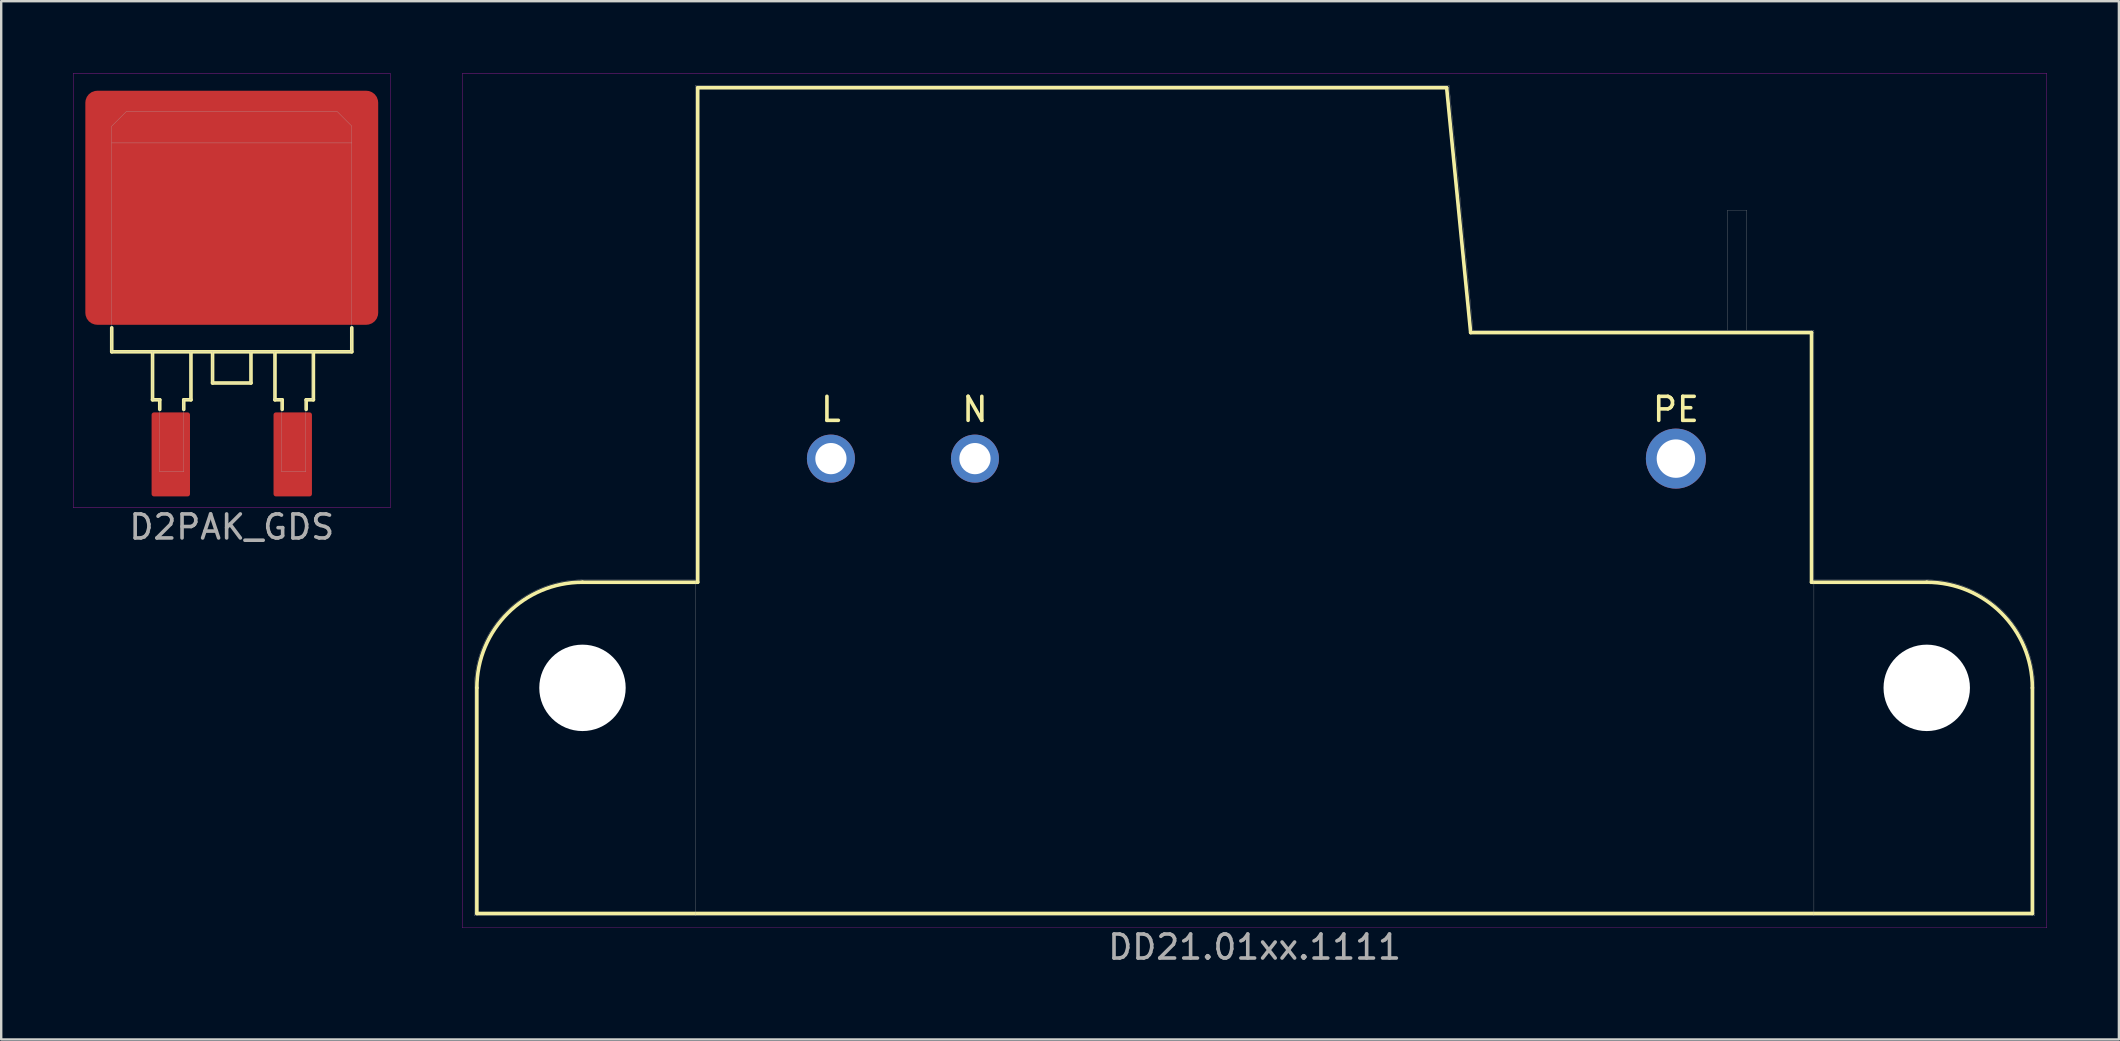
<source format=kicad_pcb>
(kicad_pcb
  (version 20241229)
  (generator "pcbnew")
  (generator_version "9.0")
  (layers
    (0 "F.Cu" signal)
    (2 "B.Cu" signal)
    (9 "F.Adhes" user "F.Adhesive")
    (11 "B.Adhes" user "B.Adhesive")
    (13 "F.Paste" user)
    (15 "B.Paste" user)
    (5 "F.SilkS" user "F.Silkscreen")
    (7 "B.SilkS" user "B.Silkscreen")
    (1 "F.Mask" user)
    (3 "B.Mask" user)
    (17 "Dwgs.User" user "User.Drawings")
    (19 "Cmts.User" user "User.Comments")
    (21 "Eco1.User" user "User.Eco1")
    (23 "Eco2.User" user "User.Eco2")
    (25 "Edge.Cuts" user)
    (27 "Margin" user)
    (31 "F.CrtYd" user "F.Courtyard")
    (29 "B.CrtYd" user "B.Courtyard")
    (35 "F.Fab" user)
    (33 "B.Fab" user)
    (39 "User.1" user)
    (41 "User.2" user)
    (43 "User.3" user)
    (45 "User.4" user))
  (footprint "D2PAK_GDS"
    (layer "F.Cu")
    (at 6.605 5.605)
    (property "Reference" "D2PAK_GDS" (at 0 13.3 0) (layer "F.Fab") (effects (font (size 1 1) (thickness 0.15))))
    (attr through_hole)
    (fp_line (start -5 5) (end -5 6) (stroke (width 0.15) (type solid)) (layer "F.SilkS"))
    (fp_line (start -5 6) (end 5 6) (stroke (width 0.15) (type solid)) (layer "F.SilkS"))
    (fp_line (start -3.3 6) (end -3.3 8) (stroke (width 0.15) (type solid)) (layer "F.SilkS"))
    (fp_line (start -3.3 8) (end -3 8) (stroke (width 0.15) (type solid)) (layer "F.SilkS"))
    (fp_line (start -3 8) (end -3 8.4) (stroke (width 0.15) (type solid)) (layer "F.SilkS"))
    (fp_line (start -2 8) (end -1.7 8) (stroke (width 0.15) (type solid)) (layer "F.SilkS"))
    (fp_line (start -2 8.4) (end -2 8) (stroke (width 0.15) (type solid)) (layer "F.SilkS"))
    (fp_line (start -1.7 8) (end -1.7 6) (stroke (width 0.15) (type solid)) (layer "F.SilkS"))
    (fp_line (start -0.8 6) (end -0.8 7.3) (stroke (width 0.15) (type solid)) (layer "F.SilkS"))
    (fp_line (start -0.8 7.3) (end 0.8 7.3) (stroke (width 0.15) (type solid)) (layer "F.SilkS"))
    (fp_line (start 0.8 7.3) (end 0.8 6) (stroke (width 0.15) (type solid)) (layer "F.SilkS"))
    (fp_line (start 1.8 6) (end 1.8 8) (stroke (width 0.15) (type solid)) (layer "F.SilkS"))
    (fp_line (start 1.8 8) (end 2.1 8) (stroke (width 0.15) (type solid)) (layer "F.SilkS"))
    (fp_line (start 2.1 8) (end 2.1 8.4) (stroke (width 0.15) (type solid)) (layer "F.SilkS"))
    (fp_line (start 3.1 8) (end 3.4 8) (stroke (width 0.15) (type solid)) (layer "F.SilkS"))
    (fp_line (start 3.1 8.4) (end 3.1 8) (stroke (width 0.15) (type solid)) (layer "F.SilkS"))
    (fp_line (start 3.4 8) (end 3.4 6) (stroke (width 0.15) (type solid)) (layer "F.SilkS"))
    (fp_line (start 5 6) (end 5 5) (stroke (width 0.15) (type solid)) (layer "F.SilkS"))
    (fp_line (start -6.6 -5.6) (end 6.6 -5.6) (stroke (width 0.01) (type solid)) (layer "F.CrtYd"))
    (fp_line (start -6.6 12.5) (end -6.6 -5.6) (stroke (width 0.01) (type solid)) (layer "F.CrtYd"))
    (fp_line (start 6.6 -5.6) (end 6.6 12.5) (stroke (width 0.01) (type solid)) (layer "F.CrtYd"))
    (fp_line (start 6.6 12.5) (end -6.6 12.5) (stroke (width 0.01) (type solid)) (layer "F.CrtYd"))
    (fp_line (start -5 -3.4) (end -4.4 -4) (stroke (width 0.01) (type solid)) (layer "F.Fab"))
    (fp_line (start -5 -2.7) (end 5 -2.7) (stroke (width 0.01) (type solid)) (layer "F.Fab"))
    (fp_line (start -5 6) (end -5 -3.4) (stroke (width 0.01) (type solid)) (layer "F.Fab"))
    (fp_line (start -4.4 -4) (end 4.4 -4) (stroke (width 0.01) (type solid)) (layer "F.Fab"))
    (fp_line (start -3.3 6) (end -3.3 8) (stroke (width 0.01) (type solid)) (layer "F.Fab"))
    (fp_line (start -3.3 8) (end -3 8) (stroke (width 0.01) (type solid)) (layer "F.Fab"))
    (fp_line (start -3 11) (end -3 8) (stroke (width 0.01) (type solid)) (layer "F.Fab"))
    (fp_line (start -2 8) (end -2 11) (stroke (width 0.01) (type solid)) (layer "F.Fab"))
    (fp_line (start -2 8) (end -1.7 8) (stroke (width 0.01) (type solid)) (layer "F.Fab"))
    (fp_line (start -2 11) (end -3 11) (stroke (width 0.01) (type solid)) (layer "F.Fab"))
    (fp_line (start -1.7 8) (end -1.7 6) (stroke (width 0.01) (type solid)) (layer "F.Fab"))
    (fp_line (start -0.8 6) (end -0.8 7.3) (stroke (width 0.01) (type solid)) (layer "F.Fab"))
    (fp_line (start -0.8 7.3) (end 0.8 7.3) (stroke (width 0.01) (type solid)) (layer "F.Fab"))
    (fp_line (start 0.8 7.3) (end 0.8 6) (stroke (width 0.01) (type solid)) (layer "F.Fab"))
    (fp_line (start 1.78 6) (end 1.78 8) (stroke (width 0.01) (type solid)) (layer "F.Fab"))
    (fp_line (start 1.78 8) (end 2.08 8) (stroke (width 0.01) (type solid)) (layer "F.Fab"))
    (fp_line (start 2.08 11) (end 2.08 8) (stroke (width 0.01) (type solid)) (layer "F.Fab"))
    (fp_line (start 3.08 8) (end 3.08 11) (stroke (width 0.01) (type solid)) (layer "F.Fab"))
    (fp_line (start 3.08 8) (end 3.38 8) (stroke (width 0.01) (type solid)) (layer "F.Fab"))
    (fp_line (start 3.08 11) (end 2.08 11) (stroke (width 0.01) (type solid)) (layer "F.Fab"))
    (fp_line (start 3.38 8) (end 3.38 6) (stroke (width 0.01) (type solid)) (layer "F.Fab"))
    (fp_line (start 4.4 -4) (end 5 -3.4) (stroke (width 0.01) (type solid)) (layer "F.Fab"))
    (fp_line (start 5 -3.4) (end 5 6) (stroke (width 0.01) (type solid)) (layer "F.Fab"))
    (fp_line (start 5 6) (end -5 6) (stroke (width 0.01) (type solid)) (layer "F.Fab"))
    (pad "D" smd roundrect (at 0 0) (size 12.2 9.75) (layers "F.Cu" "F.Mask" "F.Paste") (roundrect_rratio 0.051))
    (pad "G" smd roundrect (at -2.54 10.275) (size 1.6 3.5) (layers "F.Cu" "F.Mask" "F.Paste") (roundrect_rratio 0.062))
    (pad "S" smd roundrect (at 2.54 10.275) (size 1.6 3.5) (layers "F.Cu" "F.Mask" "F.Paste") (roundrect_rratio 0.062)))
  (footprint "DD21.01xx.1111"
    (layer "F.Cu")
    (at 49.215 25.605)
    (property "Reference" "DD21.01xx.1111" (at 0 10.8 0) (layer "F.Fab") (effects (font (size 1 1) (thickness 0.15))))
    (attr through_hole)
    (fp_line (start -32.4 9.4) (end -32.4 0) (stroke (width 0.15) (type solid)) (layer "F.SilkS"))
    (fp_line (start -28 -4.4) (end -23.2 -4.4) (stroke (width 0.15) (type solid)) (layer "F.SilkS"))
    (fp_line (start -23.2 -25) (end 8 -25) (stroke (width 0.15) (type solid)) (layer "F.SilkS"))
    (fp_line (start -23.2 -4.4) (end -23.2 -25) (stroke (width 0.15) (type solid)) (layer "F.SilkS"))
    (fp_line (start 8 -25) (end 9 -14.8) (stroke (width 0.15) (type solid)) (layer "F.SilkS"))
    (fp_line (start 9 -14.8) (end 23.2 -14.8) (stroke (width 0.15) (type solid)) (layer "F.SilkS"))
    (fp_line (start 23.2 -14.8) (end 23.2 -4.4) (stroke (width 0.15) (type solid)) (layer "F.SilkS"))
    (fp_line (start 23.2 -4.4) (end 28 -4.4) (stroke (width 0.15) (type solid)) (layer "F.SilkS"))
    (fp_line (start 32.4 0) (end 32.4 9.4) (stroke (width 0.15) (type solid)) (layer "F.SilkS"))
    (fp_line (start 32.4 9.4) (end -32.4 9.4) (stroke (width 0.15) (type solid)) (layer "F.SilkS"))
    (fp_arc (start -32.4 0) (mid -31.11127 -3.11127) (end -28 -4.4) (stroke (width 0.15) (type solid)) (layer "F.SilkS"))
    (fp_arc (start 28 -4.4) (mid 31.11127 -3.11127) (end 32.4 0) (stroke (width 0.15) (type solid)) (layer "F.SilkS"))
    (fp_line (start -33 -25.6) (end 33 -25.6) (stroke (width 0.01) (type solid)) (layer "F.CrtYd"))
    (fp_line (start -33 10) (end -33 -25.6) (stroke (width 0.01) (type solid)) (layer "F.CrtYd"))
    (fp_line (start 33 -25.6) (end 33 10) (stroke (width 0.01) (type solid)) (layer "F.CrtYd"))
    (fp_line (start 33 10) (end -33 10) (stroke (width 0.01) (type solid)) (layer "F.CrtYd"))
    (fp_line (start -32.5 9.5) (end -32.5 0) (stroke (width 0.01) (type solid)) (layer "F.Fab"))
    (fp_line (start -32.5 9.5) (end 32.5 9.5) (stroke (width 0.01) (type solid)) (layer "F.Fab"))
    (fp_line (start -28 -4.5) (end -23.3 -4.5) (stroke (width 0.01) (type solid)) (layer "F.Fab"))
    (fp_line (start -23.3 -25.1) (end -23.3 9.5) (stroke (width 0.01) (type solid)) (layer "F.Fab"))
    (fp_line (start 8.1 -25.1) (end -23.3 -25.1) (stroke (width 0.01) (type solid)) (layer "F.Fab"))
    (fp_line (start 9.1 -14.9) (end 8.1 -25.1) (stroke (width 0.01) (type solid)) (layer "F.Fab"))
    (fp_line (start 19.7 -19.9) (end 19.7 -14.9) (stroke (width 0.01) (type solid)) (layer "F.Fab"))
    (fp_line (start 20.5 -19.9) (end 19.7 -19.9) (stroke (width 0.01) (type solid)) (layer "F.Fab"))
    (fp_line (start 20.5 -14.9) (end 20.5 -19.9) (stroke (width 0.01) (type solid)) (layer "F.Fab"))
    (fp_line (start 23.3 -14.9) (end 9.1 -14.9) (stroke (width 0.01) (type solid)) (layer "F.Fab"))
    (fp_line (start 23.3 9.5) (end 23.3 -14.9) (stroke (width 0.01) (type solid)) (layer "F.Fab"))
    (fp_line (start 28 -4.5) (end 23.3 -4.5) (stroke (width 0.01) (type solid)) (layer "F.Fab"))
    (fp_line (start 32.5 9.5) (end 32.5 0) (stroke (width 0.01) (type solid)) (layer "F.Fab"))
    (fp_arc (start -32.5 0) (mid -31.181981 -3.181981) (end -28 -4.5) (stroke (width 0.01) (type solid)) (layer "F.Fab"))
    (fp_arc (start 28 -4.5) (mid 31.181981 -3.181981) (end 32.5 0) (stroke (width 0.01) (type solid)) (layer "F.Fab"))
    (fp_text user "PE" (at 17.55 -11.6 0) (layer "F.SilkS") (effects (font (size 1 1) (thickness 0.15))))
    (fp_text user "L" (at -17.65 -11.6 0) (layer "F.SilkS") (effects (font (size 1 1) (thickness 0.15))))
    (fp_text user "N" (at -11.65 -11.6 0) (layer "F.SilkS") (effects (font (size 1 1) (thickness 0.15))))
    (pad "" np_thru_hole circle (at -28 0) (size 3.6 3.6) (drill 3.6) (layers "*.Cu" "*.Mask"))
    (pad "" np_thru_hole circle (at 28 0) (size 3.6 3.6) (drill 3.6) (layers "*.Cu" "*.Mask"))
    (pad "1" thru_hole circle (at -17.65 -9.55) (size 2 2) (drill 1.3) (layers "*.Cu" "*.Mask"))
    (pad "2" thru_hole circle (at -11.65 -9.55) (size 2 2) (drill 1.3) (layers "*.Cu" "*.Mask"))
    (pad "3" thru_hole circle (at 17.55 -9.55) (size 2.5 2.5) (drill 1.6) (layers "*.Cu" "*.Mask")))
  (gr_rect
    (start -3 -3)
    (end 85.22 40.253)
    (stroke (width 0.1) (type default))
    (fill no)
    (layer "Edge.Cuts")))
</source>
